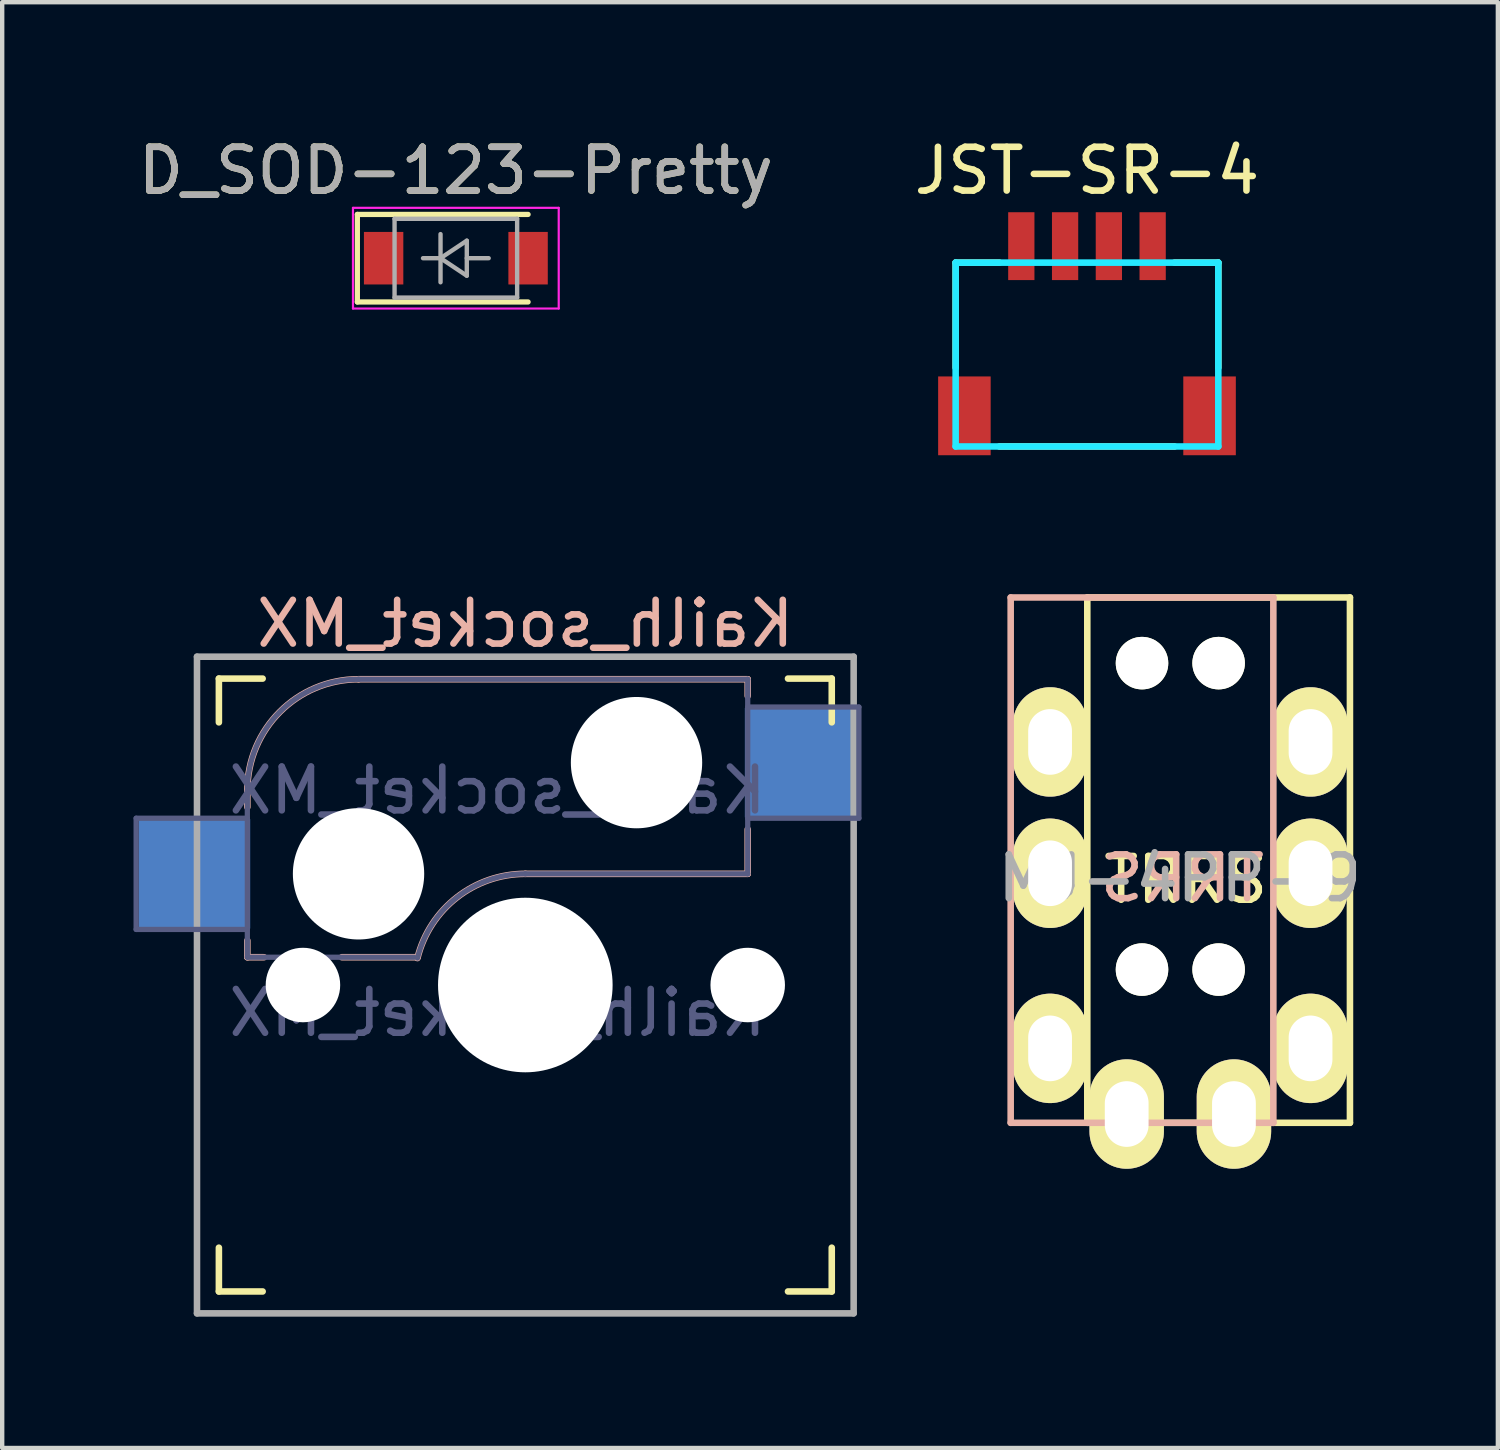
<source format=kicad_pcb>
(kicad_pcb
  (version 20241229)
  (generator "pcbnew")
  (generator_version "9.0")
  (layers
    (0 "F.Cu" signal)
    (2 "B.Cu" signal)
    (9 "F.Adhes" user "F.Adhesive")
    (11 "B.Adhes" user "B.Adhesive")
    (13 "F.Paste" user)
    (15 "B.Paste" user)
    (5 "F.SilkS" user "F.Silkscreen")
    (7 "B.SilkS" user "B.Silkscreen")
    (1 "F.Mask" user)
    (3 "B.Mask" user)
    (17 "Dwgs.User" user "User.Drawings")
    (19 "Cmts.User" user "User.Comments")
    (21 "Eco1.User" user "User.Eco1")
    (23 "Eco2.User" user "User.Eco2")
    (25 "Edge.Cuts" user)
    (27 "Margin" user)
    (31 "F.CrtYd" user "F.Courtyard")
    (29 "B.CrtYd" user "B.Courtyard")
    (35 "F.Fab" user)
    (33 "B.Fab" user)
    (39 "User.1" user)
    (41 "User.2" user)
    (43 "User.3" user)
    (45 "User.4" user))
  (footprint "D_SOD-123-Pretty"
    (layer "F.Cu")
    (at 7.363 2.848)
    (property "Reference" "D_SOD-123-Pretty" (at 0 -2 0) (layer "F.SilkS") (effects (font (size 1 1) (thickness 0.15))))
    (attr smd)
    (fp_line (start -2.25 -1) (end -2.25 1) (stroke (width 0.12) (type solid)) (layer "F.SilkS"))
    (fp_line (start -2.25 -1) (end 1.65 -1) (stroke (width 0.12) (type solid)) (layer "F.SilkS"))
    (fp_line (start -2.25 1) (end 1.65 1) (stroke (width 0.12) (type solid)) (layer "F.SilkS"))
    (fp_line (start -2.35 -1.15) (end -2.35 1.15) (stroke (width 0.05) (type solid)) (layer "F.CrtYd"))
    (fp_line (start -2.35 -1.15) (end 2.35 -1.15) (stroke (width 0.05) (type solid)) (layer "F.CrtYd"))
    (fp_line (start 2.35 -1.15) (end 2.35 1.15) (stroke (width 0.05) (type solid)) (layer "F.CrtYd"))
    (fp_line (start 2.35 1.15) (end -2.35 1.15) (stroke (width 0.05) (type solid)) (layer "F.CrtYd"))
    (fp_line (start -1.4 -0.9) (end 1.4 -0.9) (stroke (width 0.1) (type solid)) (layer "F.Fab"))
    (fp_line (start -1.4 0.9) (end -1.4 -0.9) (stroke (width 0.1) (type solid)) (layer "F.Fab"))
    (fp_line (start -0.75 0) (end -0.35 0) (stroke (width 0.1) (type solid)) (layer "F.Fab"))
    (fp_line (start -0.35 0) (end -0.35 -0.55) (stroke (width 0.1) (type solid)) (layer "F.Fab"))
    (fp_line (start -0.35 0) (end -0.35 0.55) (stroke (width 0.1) (type solid)) (layer "F.Fab"))
    (fp_line (start -0.35 0) (end 0.25 -0.4) (stroke (width 0.1) (type solid)) (layer "F.Fab"))
    (fp_line (start 0.25 -0.4) (end 0.25 0.4) (stroke (width 0.1) (type solid)) (layer "F.Fab"))
    (fp_line (start 0.25 0) (end 0.75 0) (stroke (width 0.1) (type solid)) (layer "F.Fab"))
    (fp_line (start 0.25 0.4) (end -0.35 0) (stroke (width 0.1) (type solid)) (layer "F.Fab"))
    (fp_line (start 1.4 -0.9) (end 1.4 0.9) (stroke (width 0.1) (type solid)) (layer "F.Fab"))
    (fp_line (start 1.4 0.9) (end -1.4 0.9) (stroke (width 0.1) (type solid)) (layer "F.Fab"))
    (fp_text user "${REFERENCE}" (at 0 -2 0) (layer "F.Fab") (effects (font (size 1 1) (thickness 0.15))))
    (pad "1" smd rect (at -1.65 0) (size 0.9 1.2) (layers "F.Cu" "F.Mask" "F.Paste"))
    (pad "2" smd rect (at 1.65 0) (size 0.9 1.2) (layers "F.Cu" "F.Mask" "F.Paste")))
  (footprint "JST-SR-4"
    (layer "F.Cu")
    (at 21.78 4.511)
    (property "Reference" "JST-SR-4" (at 0 -3.663 0) (layer "F.SilkS") (effects (font (size 1 1) (thickness 0.15))))
    (attr through_hole)
    (fp_line (start -3 -1.562) (end -2 -1.562) (stroke (width 0.15) (type solid)) (layer "F.SilkS"))
    (fp_line (start -3 0.838) (end -3 -1.562) (stroke (width 0.15) (type solid)) (layer "F.SilkS"))
    (fp_line (start 2 -1.562) (end 3 -1.562) (stroke (width 0.15) (type solid)) (layer "F.SilkS"))
    (fp_line (start 2 2.638) (end -2 2.638) (stroke (width 0.15) (type solid)) (layer "F.SilkS"))
    (fp_line (start 3 -1.562) (end 3 0.838) (stroke (width 0.15) (type solid)) (layer "F.SilkS"))
    (fp_line (start -3 -1.562) (end 3 -1.562) (stroke (width 0.15) (type solid)) (layer "B.CrtYd"))
    (fp_line (start -3 2.638) (end -3 -1.562) (stroke (width 0.15) (type solid)) (layer "B.CrtYd"))
    (fp_line (start 3 -1.562) (end 3 2.638) (stroke (width 0.15) (type solid)) (layer "B.CrtYd"))
    (fp_line (start 3 2.638) (end -3 2.638) (stroke (width 0.15) (type solid)) (layer "B.CrtYd"))
    (pad "" smd rect (at -2.8 1.938) (size 1.2 1.8) (layers "F.Cu" "F.Mask" "F.Paste"))
    (pad "" smd rect (at 2.8 1.938) (size 1.2 1.8) (layers "F.Cu" "F.Mask" "F.Paste"))
    (pad "1" smd rect (at -1.5 -1.938) (size 0.6 1.55) (layers "F.Cu" "F.Mask" "F.Paste"))
    (pad "2" smd rect (at -0.5 -1.938) (size 0.6 1.55) (layers "F.Cu" "F.Mask" "F.Paste"))
    (pad "3" smd rect (at 0.5 -1.938) (size 0.6 1.55) (layers "F.Cu" "F.Mask" "F.Paste"))
    (pad "4" smd rect (at 1.5 -1.938) (size 0.6 1.55) (layers "F.Cu" "F.Mask" "F.Paste")))
  (footprint "MJ-4PP-9"
    (layer "F.Cu")
    (at 24.787 10.598)
    (property "Reference" "MJ-4PP-9" (at -0.889 6.413 0) (layer "F.Fab") (effects (font (size 1 1) (thickness 0.15))))
    (attr through_hole)
    (fp_line (start -3 0) (end 3 0) (stroke (width 0.15) (type solid)) (layer "F.SilkS"))
    (fp_line (start -3 12) (end -3 0) (stroke (width 0.15) (type solid)) (layer "F.SilkS"))
    (fp_line (start 3 0) (end 3 12) (stroke (width 0.15) (type solid)) (layer "F.SilkS"))
    (fp_line (start 3 12) (end -3 12) (stroke (width 0.15) (type solid)) (layer "F.SilkS"))
    (fp_line (start -4.75 0) (end 1.25 0) (stroke (width 0.15) (type solid)) (layer "B.SilkS"))
    (fp_line (start -4.75 12) (end -4.75 0) (stroke (width 0.15) (type solid)) (layer "B.SilkS"))
    (fp_line (start 1.25 0) (end 1.25 12) (stroke (width 0.15) (type solid)) (layer "B.SilkS"))
    (fp_line (start 1.25 12) (end -4.75 12) (stroke (width 0.15) (type solid)) (layer "B.SilkS"))
    (fp_text user "TRRS" (at -0.75 6.45 0) (layer "F.SilkS") (effects (font (size 1 1) (thickness 0.15))))
    (fp_text user "TRRS" (at -0.826 6.413 0) (layer "B.SilkS") (effects (font (size 1 1) (thickness 0.15)) (justify mirror)))
    (pad "" np_thru_hole circle (at -1.75 1.5) (size 1.2 1.2) (drill 1.2) (layers "*.Cu" "*.Mask" "F.SilkS"))
    (pad "" np_thru_hole circle (at -1.75 8.5) (size 1.2 1.2) (drill 1.2) (layers "*.Cu" "*.Mask" "F.SilkS"))
    (pad "" np_thru_hole circle (at 0 1.5) (size 1.2 1.2) (drill 1.2) (layers "*.Cu" "*.Mask" "F.SilkS"))
    (pad "" np_thru_hole circle (at 0 8.5) (size 1.2 1.2) (drill 1.2) (layers "*.Cu" "*.Mask" "F.SilkS"))
    (pad "A" thru_hole oval (at -2.1 11.8) (size 1.7 2.5) (drill oval 1 1.5) (layers "*.Cu" "*.Mask" "F.SilkS"))
    (pad "A" thru_hole oval (at 0.35 11.8) (size 1.7 2.5) (drill oval 1 1.5) (layers "*.Cu" "*.Mask" "F.SilkS"))
    (pad "B" thru_hole oval (at -3.85 3.3) (size 1.7 2.5) (drill oval 1 1.5) (layers "*.Cu" "*.Mask" "F.SilkS"))
    (pad "B" thru_hole oval (at 2.1 3.3) (size 1.7 2.5) (drill oval 1 1.5) (layers "*.Cu" "*.Mask" "F.SilkS"))
    (pad "C" thru_hole oval (at -3.85 6.3) (size 1.7 2.5) (drill oval 1 1.5) (layers "*.Cu" "*.Mask" "F.SilkS"))
    (pad "C" thru_hole oval (at 2.1 6.3) (size 1.7 2.5) (drill oval 1 1.5) (layers "*.Cu" "*.Mask" "F.SilkS"))
    (pad "D" thru_hole oval (at -3.85 10.3) (size 1.7 2.5) (drill oval 1 1.5) (layers "*.Cu" "*.Mask" "F.SilkS"))
    (pad "D" thru_hole oval (at 2.1 10.3) (size 1.7 2.5) (drill oval 1 1.5) (layers "*.Cu" "*.Mask" "F.SilkS")))
  (footprint "Kailh_socket_MX"
    (layer "F.Cu")
    (at 8.95 19.451)
    (property "Reference" "Kailh_socket_MX" (at 0 -8.255 0) (layer "B.SilkS") (effects (font (size 1 1) (thickness 0.15)) (justify mirror)))
    (property "Value" "Kailh_socket_MX" (at 0 8.255 0) (layer "F.Fab") (hide yes) (effects (font (size 1 1) (thickness 0.15))))
    (attr smd)
    (fp_line (start -7 -6) (end -7 -7) (stroke (width 0.15) (type solid)) (layer "F.SilkS"))
    (fp_line (start -7 7) (end -7 6) (stroke (width 0.15) (type solid)) (layer "F.SilkS"))
    (fp_line (start -7 7) (end -6 7) (stroke (width 0.15) (type solid)) (layer "F.SilkS"))
    (fp_line (start -6 -7) (end -7 -7) (stroke (width 0.15) (type solid)) (layer "F.SilkS"))
    (fp_line (start 6 7) (end 7 7) (stroke (width 0.15) (type solid)) (layer "F.SilkS"))
    (fp_line (start 7 -7) (end 6 -7) (stroke (width 0.15) (type solid)) (layer "F.SilkS"))
    (fp_line (start 7 -7) (end 7 -6) (stroke (width 0.15) (type solid)) (layer "F.SilkS"))
    (fp_line (start 7 6) (end 7 7) (stroke (width 0.15) (type solid)) (layer "F.SilkS"))
    (fp_line (start -6.35 -4.445) (end -6.35 -4.064) (stroke (width 0.15) (type solid)) (layer "B.SilkS"))
    (fp_line (start -6.35 -1.016) (end -6.35 -0.635) (stroke (width 0.15) (type solid)) (layer "B.SilkS"))
    (fp_line (start -5.969 -0.635) (end -6.35 -0.635) (stroke (width 0.15) (type solid)) (layer "B.SilkS"))
    (fp_line (start -3.81 -6.985) (end 5.08 -6.985) (stroke (width 0.15) (type solid)) (layer "B.SilkS"))
    (fp_line (start -2.464 -0.635) (end -4.191 -0.635) (stroke (width 0.15) (type solid)) (layer "B.SilkS"))
    (fp_line (start 5.08 -6.985) (end 5.08 -6.604) (stroke (width 0.15) (type solid)) (layer "B.SilkS"))
    (fp_line (start 5.08 -3.556) (end 5.08 -2.54) (stroke (width 0.15) (type solid)) (layer "B.SilkS"))
    (fp_line (start 5.08 -2.54) (end 0 -2.54) (stroke (width 0.15) (type solid)) (layer "B.SilkS"))
    (fp_arc (start -6.35 -4.445) (mid -5.606051 -6.241051) (end -3.81 -6.985) (stroke (width 0.15) (type solid)) (layer "B.SilkS"))
    (fp_arc (start -2.464162 -0.61604) (mid -1.563147 -2.002042) (end 0 -2.54) (stroke (width 0.15) (type solid)) (layer "B.SilkS"))
    (fp_line (start -6.9 6.9) (end -6.9 -6.9) (stroke (width 0.15) (type solid)) (layer "Eco2.User"))
    (fp_line (start -6.9 6.9) (end 6.9 6.9) (stroke (width 0.15) (type solid)) (layer "Eco2.User"))
    (fp_line (start 6.9 -6.9) (end -6.9 -6.9) (stroke (width 0.15) (type solid)) (layer "Eco2.User"))
    (fp_line (start 6.9 -6.9) (end 6.9 6.9) (stroke (width 0.15) (type solid)) (layer "Eco2.User"))
    (fp_line (start -8.89 -3.81) (end -6.35 -3.81) (stroke (width 0.12) (type solid)) (layer "B.Fab"))
    (fp_line (start -8.89 -1.27) (end -8.89 -3.81) (stroke (width 0.12) (type solid)) (layer "B.Fab"))
    (fp_line (start -6.35 -1.27) (end -8.89 -1.27) (stroke (width 0.12) (type solid)) (layer "B.Fab"))
    (fp_line (start -6.35 -0.635) (end -6.35 -4.445) (stroke (width 0.12) (type solid)) (layer "B.Fab"))
    (fp_line (start -6.35 -0.635) (end -2.54 -0.635) (stroke (width 0.12) (type solid)) (layer "B.Fab"))
    (fp_line (start -3.81 -6.985) (end 5.08 -6.985) (stroke (width 0.12) (type solid)) (layer "B.Fab"))
    (fp_line (start 5.08 -6.985) (end 5.08 -2.54) (stroke (width 0.12) (type solid)) (layer "B.Fab"))
    (fp_line (start 5.08 -6.35) (end 7.62 -6.35) (stroke (width 0.12) (type solid)) (layer "B.Fab"))
    (fp_line (start 5.08 -2.54) (end 0 -2.54) (stroke (width 0.12) (type solid)) (layer "B.Fab"))
    (fp_line (start 7.62 -6.35) (end 7.62 -3.81) (stroke (width 0.12) (type solid)) (layer "B.Fab"))
    (fp_line (start 7.62 -3.81) (end 5.08 -3.81) (stroke (width 0.12) (type solid)) (layer "B.Fab"))
    (fp_arc (start -6.35 -4.445) (mid -5.606051 -6.241051) (end -3.81 -6.985) (stroke (width 0.12) (type solid)) (layer "B.Fab"))
    (fp_arc (start -2.464162 -0.61604) (mid -1.563147 -2.002042) (end 0 -2.54) (stroke (width 0.12) (type solid)) (layer "B.Fab"))
    (fp_line (start -7.5 -7.5) (end 7.5 -7.5) (stroke (width 0.15) (type solid)) (layer "F.Fab"))
    (fp_line (start -7.5 7.5) (end -7.5 -7.5) (stroke (width 0.15) (type solid)) (layer "F.Fab"))
    (fp_line (start 7.5 -7.5) (end 7.5 7.5) (stroke (width 0.15) (type solid)) (layer "F.Fab"))
    (fp_line (start 7.5 7.5) (end -7.5 7.5) (stroke (width 0.15) (type solid)) (layer "F.Fab"))
    (fp_text user "${VALUE}" (at -0.635 0.635 0) (layer "B.Fab") (effects (font (size 1 1) (thickness 0.15)) (justify mirror)))
    (fp_text user "${REFERENCE}" (at -0.635 -4.445 0) (layer "B.Fab") (effects (font (size 1 1) (thickness 0.15)) (justify mirror)))
    (pad "" np_thru_hole circle (at -5.08 0) (size 1.702 1.702) (drill 1.702) (layers "*.Cu" "*.Mask"))
    (pad "" np_thru_hole circle (at -3.81 -2.54) (size 3 3) (drill 3) (layers "*.Cu" "*.Mask"))
    (pad "" np_thru_hole circle (at 0 0) (size 3.988 3.988) (drill 3.988) (layers "*.Cu" "*.Mask"))
    (pad "" np_thru_hole circle (at 2.54 -5.08) (size 3 3) (drill 3) (layers "*.Cu" "*.Mask"))
    (pad "" np_thru_hole circle (at 5.08 0) (size 1.702 1.702) (drill 1.702) (layers "*.Cu" "*.Mask"))
    (pad "1" smd rect (at 6.29 -5.08) (size 2.55 2.5) (layers "B.Cu" "B.Mask" "B.Paste"))
    (pad "2" smd rect (at -7.56 -2.54) (size 2.55 2.5) (layers "B.Cu" "B.Mask" "B.Paste")))
  (gr_rect
    (start -3 -3)
    (end 31.166 30.026)
    (stroke (width 0.1) (type default))
    (fill no)
    (layer "Edge.Cuts")))
</source>
